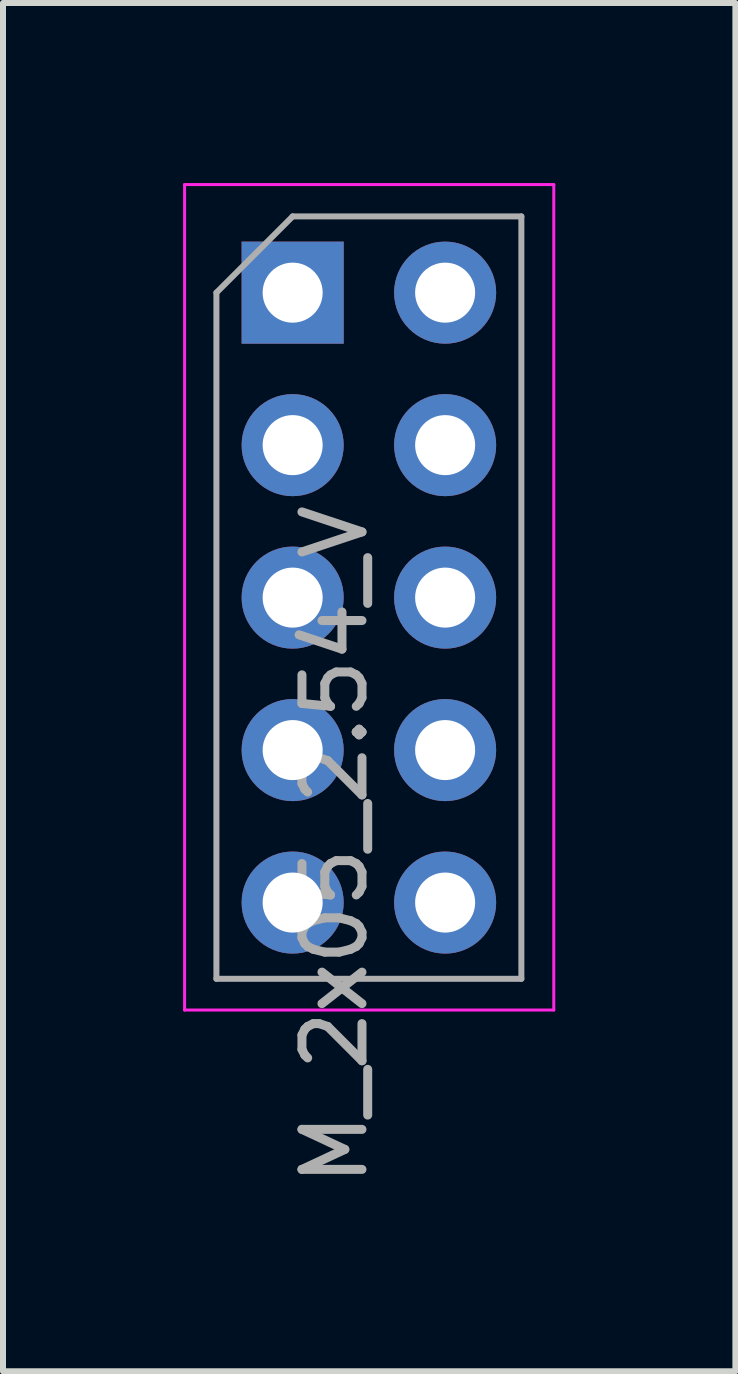
<source format=kicad_pcb>
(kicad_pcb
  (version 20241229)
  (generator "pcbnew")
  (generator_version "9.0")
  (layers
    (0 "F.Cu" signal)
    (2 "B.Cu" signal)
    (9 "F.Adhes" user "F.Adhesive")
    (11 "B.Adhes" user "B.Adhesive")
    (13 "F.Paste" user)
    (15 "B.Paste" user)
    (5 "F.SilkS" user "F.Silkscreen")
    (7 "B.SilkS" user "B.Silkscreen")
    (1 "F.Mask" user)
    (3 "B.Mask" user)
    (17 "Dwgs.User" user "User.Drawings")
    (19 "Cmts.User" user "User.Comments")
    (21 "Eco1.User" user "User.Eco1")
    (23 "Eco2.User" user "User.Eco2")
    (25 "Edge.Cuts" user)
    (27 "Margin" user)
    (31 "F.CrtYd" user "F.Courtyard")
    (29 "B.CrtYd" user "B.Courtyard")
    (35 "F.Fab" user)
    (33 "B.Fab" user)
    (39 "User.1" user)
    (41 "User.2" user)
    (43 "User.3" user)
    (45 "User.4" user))
  (footprint "M_2x05_2.54_V"
    (layer "F.Cu")
    (at 1.825 1.825)
    (property "Reference" "M_2x05_2.54_V" (at 0.7 9.2 90) (layer "F.Fab") (effects (font (size 1 1) (thickness 0.15))))
    (attr through_hole)
    (fp_line (start -1.8 -1.8) (end -1.8 11.95) (stroke (width 0.05) (type solid)) (layer "F.CrtYd"))
    (fp_line (start -1.8 11.95) (end 4.35 11.95) (stroke (width 0.05) (type solid)) (layer "F.CrtYd"))
    (fp_line (start 4.35 -1.8) (end -1.8 -1.8) (stroke (width 0.05) (type solid)) (layer "F.CrtYd"))
    (fp_line (start 4.35 11.95) (end 4.35 -1.8) (stroke (width 0.05) (type solid)) (layer "F.CrtYd"))
    (fp_line (start -1.27 0) (end 0 -1.27) (stroke (width 0.1) (type solid)) (layer "F.Fab"))
    (fp_line (start -1.27 11.43) (end -1.27 0) (stroke (width 0.1) (type solid)) (layer "F.Fab"))
    (fp_line (start 0 -1.27) (end 3.81 -1.27) (stroke (width 0.1) (type solid)) (layer "F.Fab"))
    (fp_line (start 3.81 -1.27) (end 3.81 11.43) (stroke (width 0.1) (type solid)) (layer "F.Fab"))
    (fp_line (start 3.81 11.43) (end -1.27 11.43) (stroke (width 0.1) (type solid)) (layer "F.Fab"))
    (pad "1" thru_hole rect (at 0 0) (size 1.7 1.7) (drill 1) (layers "*.Cu" "*.Mask"))
    (pad "2" thru_hole oval (at 2.54 0) (size 1.7 1.7) (drill 1) (layers "*.Cu" "*.Mask"))
    (pad "3" thru_hole oval (at 0 2.54) (size 1.7 1.7) (drill 1) (layers "*.Cu" "*.Mask"))
    (pad "4" thru_hole oval (at 2.54 2.54) (size 1.7 1.7) (drill 1) (layers "*.Cu" "*.Mask"))
    (pad "5" thru_hole oval (at 0 5.08) (size 1.7 1.7) (drill 1) (layers "*.Cu" "*.Mask"))
    (pad "6" thru_hole oval (at 2.54 5.08) (size 1.7 1.7) (drill 1) (layers "*.Cu" "*.Mask"))
    (pad "7" thru_hole oval (at 0 7.62) (size 1.7 1.7) (drill 1) (layers "*.Cu" "*.Mask"))
    (pad "8" thru_hole oval (at 2.54 7.62) (size 1.7 1.7) (drill 1) (layers "*.Cu" "*.Mask"))
    (pad "9" thru_hole oval (at 0 10.16) (size 1.7 1.7) (drill 1) (layers "*.Cu" "*.Mask"))
    (pad "10" thru_hole oval (at 2.54 10.16) (size 1.7 1.7) (drill 1) (layers "*.Cu" "*.Mask")))
  (gr_rect
    (start -3 -3)
    (end 9.2 19.793)
    (stroke (width 0.1) (type default))
    (fill no)
    (layer "Edge.Cuts")))
</source>
